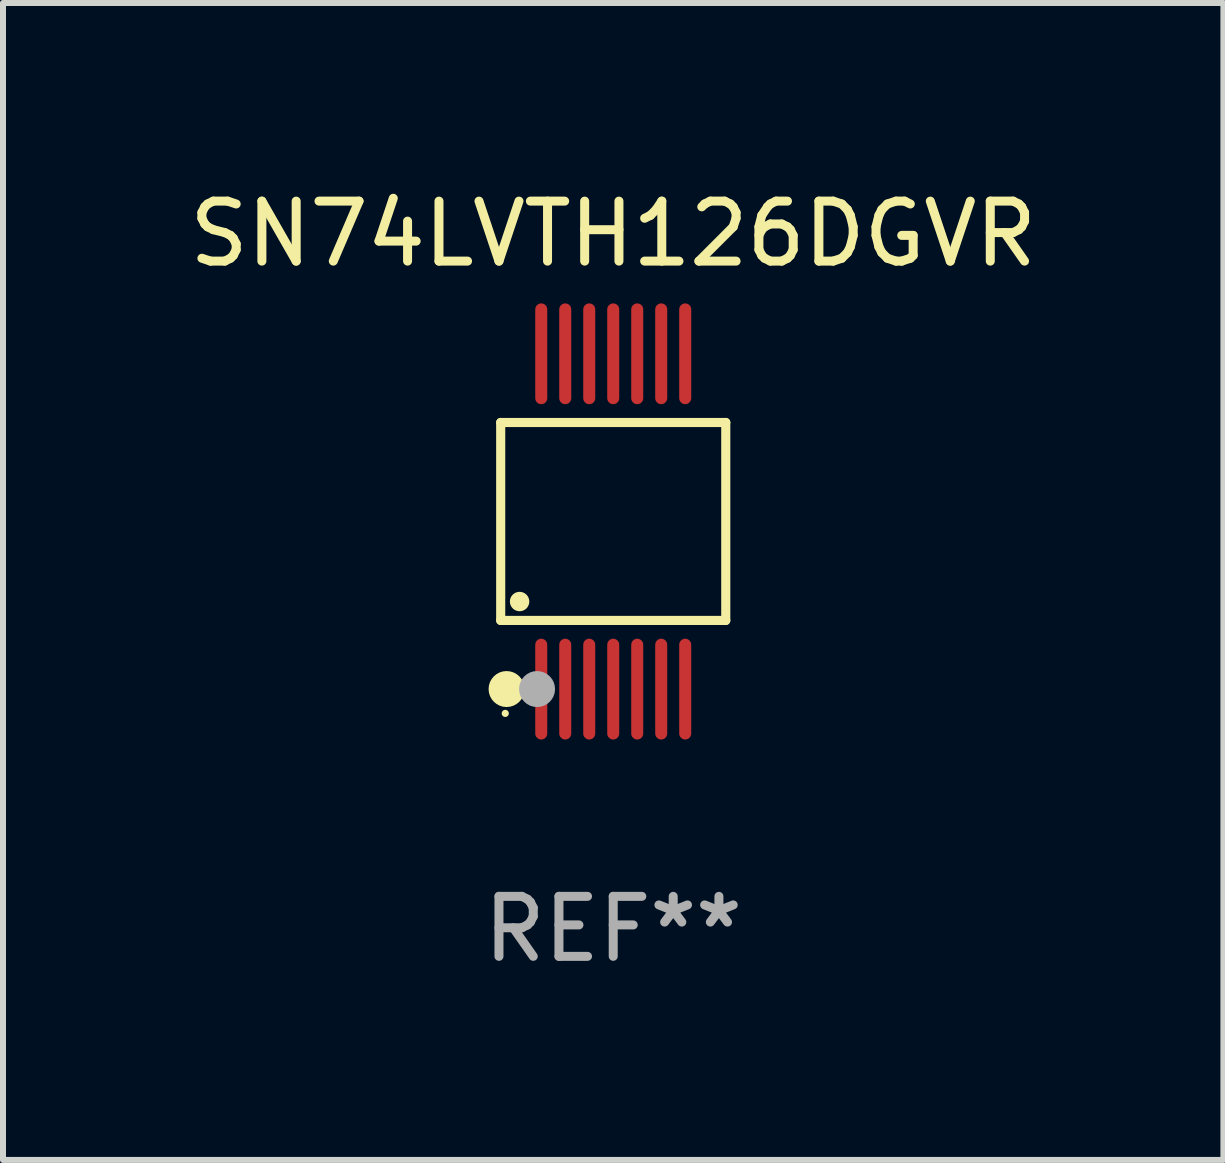
<source format=kicad_pcb>
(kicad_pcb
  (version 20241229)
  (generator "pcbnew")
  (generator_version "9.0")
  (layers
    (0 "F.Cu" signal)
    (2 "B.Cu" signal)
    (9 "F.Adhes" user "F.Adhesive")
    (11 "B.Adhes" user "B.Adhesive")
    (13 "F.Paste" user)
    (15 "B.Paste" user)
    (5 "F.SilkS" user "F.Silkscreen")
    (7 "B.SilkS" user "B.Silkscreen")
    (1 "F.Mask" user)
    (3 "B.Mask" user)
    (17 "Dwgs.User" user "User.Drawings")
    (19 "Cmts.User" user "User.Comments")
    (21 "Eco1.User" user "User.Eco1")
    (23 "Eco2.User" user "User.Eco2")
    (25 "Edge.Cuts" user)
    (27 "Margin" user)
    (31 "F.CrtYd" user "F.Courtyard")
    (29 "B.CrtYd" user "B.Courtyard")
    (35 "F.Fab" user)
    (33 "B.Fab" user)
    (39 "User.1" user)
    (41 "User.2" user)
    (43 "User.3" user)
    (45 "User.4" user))
  (footprint "SN74LVTH126DGVR"
    (layer "F.Cu")
    (at 7.173 5.643)
    (property "Reference" "SN74LVTH126DGVR" (at 0 -4.795 0) (layer "F.SilkS") (effects (font (size 1 1) (thickness 0.15))))
    (attr through_hole)
    (fp_line (start -1.876 -1.65) (end 1.876 -1.65) (stroke (width 0.152) (type solid)) (layer "F.SilkS"))
    (fp_line (start -1.876 1.65) (end -1.876 -1.65) (stroke (width 0.152) (type solid)) (layer "F.SilkS"))
    (fp_line (start 1.876 -1.65) (end 1.876 1.65) (stroke (width 0.152) (type solid)) (layer "F.SilkS"))
    (fp_line (start 1.876 1.65) (end -1.876 1.65) (stroke (width 0.152) (type solid)) (layer "F.SilkS"))
    (fp_circle (center -1.8 3.2) (end -1.77 3.2) (stroke (width 0.06) (type solid)) (fill no) (layer "F.SilkS"))
    (fp_circle (center -1.778 2.794) (end -1.628 2.794) (stroke (width 0.3) (type solid)) (fill no) (layer "F.SilkS"))
    (fp_circle (center -1.561 1.335) (end -1.48 1.335) (stroke (width 0.162) (type solid)) (fill no) (layer "F.SilkS"))
    (fp_circle (center -1.27 2.794) (end -1.12 2.794) (stroke (width 0.3) (type solid)) (fill no) (layer "F.Fab"))
    (fp_text user "REF**" (at 0 6.795 0) (layer "F.Fab") (effects (font (size 1 1) (thickness 0.15))))
    (pad "1" smd oval (at -1.2 2.795) (size 0.2 1.68) (layers "F.Cu" "F.Mask" "F.Paste"))
    (pad "2" smd oval (at -0.8 2.795) (size 0.2 1.68) (layers "F.Cu" "F.Mask" "F.Paste"))
    (pad "3" smd oval (at -0.4 2.795) (size 0.2 1.68) (layers "F.Cu" "F.Mask" "F.Paste"))
    (pad "4" smd oval (at 0 2.795) (size 0.2 1.68) (layers "F.Cu" "F.Mask" "F.Paste"))
    (pad "5" smd oval (at 0.4 2.795) (size 0.2 1.68) (layers "F.Cu" "F.Mask" "F.Paste"))
    (pad "6" smd oval (at 0.8 2.795) (size 0.2 1.68) (layers "F.Cu" "F.Mask" "F.Paste"))
    (pad "7" smd oval (at 1.2 2.795) (size 0.2 1.68) (layers "F.Cu" "F.Mask" "F.Paste"))
    (pad "8" smd oval (at 1.2 -2.795) (size 0.2 1.68) (layers "F.Cu" "F.Mask" "F.Paste"))
    (pad "9" smd oval (at 0.8 -2.795) (size 0.2 1.68) (layers "F.Cu" "F.Mask" "F.Paste"))
    (pad "10" smd oval (at 0.4 -2.795) (size 0.2 1.68) (layers "F.Cu" "F.Mask" "F.Paste"))
    (pad "11" smd oval (at 0 -2.795) (size 0.2 1.68) (layers "F.Cu" "F.Mask" "F.Paste"))
    (pad "12" smd oval (at -0.4 -2.795) (size 0.2 1.68) (layers "F.Cu" "F.Mask" "F.Paste"))
    (pad "13" smd oval (at -0.8 -2.795) (size 0.2 1.68) (layers "F.Cu" "F.Mask" "F.Paste"))
    (pad "14" smd oval (at -1.2 -2.795) (size 0.2 1.68) (layers "F.Cu" "F.Mask" "F.Paste")))
  (gr_rect
    (start -3 -3)
    (end 17.345 16.287)
    (stroke (width 0.1) (type default))
    (fill no)
    (layer "Edge.Cuts")))
</source>
